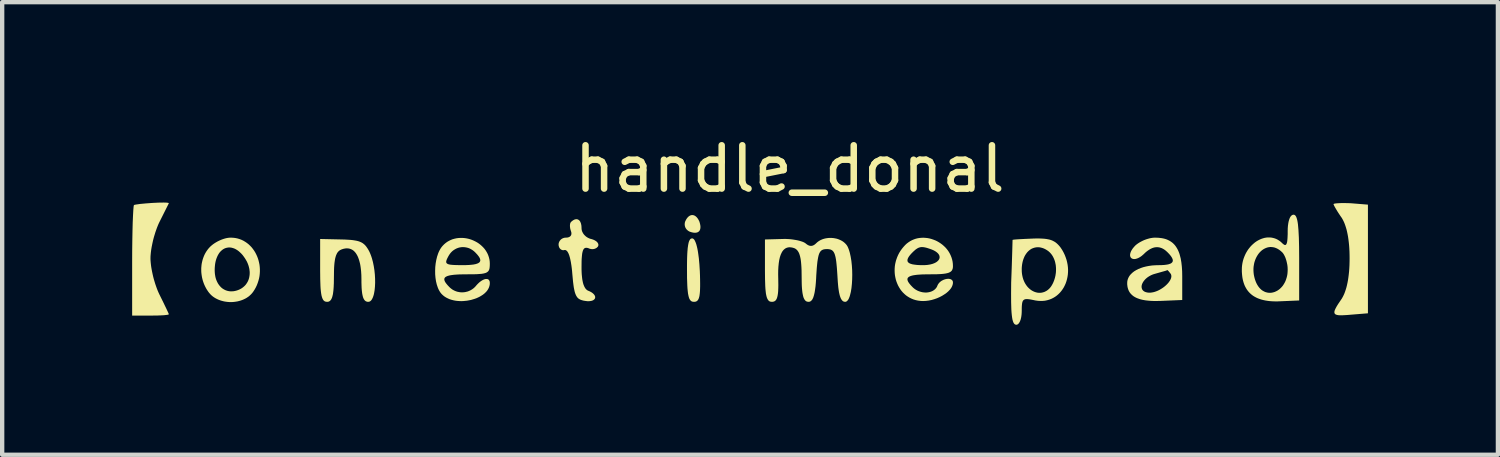
<source format=kicad_pcb>
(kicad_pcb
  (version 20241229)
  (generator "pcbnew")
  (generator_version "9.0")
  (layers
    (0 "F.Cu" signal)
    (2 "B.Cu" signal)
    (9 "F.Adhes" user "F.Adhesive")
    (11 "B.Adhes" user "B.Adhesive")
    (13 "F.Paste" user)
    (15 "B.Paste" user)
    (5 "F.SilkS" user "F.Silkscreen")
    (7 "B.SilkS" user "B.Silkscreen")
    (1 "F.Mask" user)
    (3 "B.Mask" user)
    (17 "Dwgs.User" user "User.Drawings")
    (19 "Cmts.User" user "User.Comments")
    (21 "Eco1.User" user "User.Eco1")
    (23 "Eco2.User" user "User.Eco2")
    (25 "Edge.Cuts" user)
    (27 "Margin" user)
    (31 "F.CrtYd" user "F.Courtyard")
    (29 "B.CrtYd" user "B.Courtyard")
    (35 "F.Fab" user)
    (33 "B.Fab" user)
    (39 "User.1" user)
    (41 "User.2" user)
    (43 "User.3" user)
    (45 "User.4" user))
  (footprint "handle_donal"
    (layer "F.Cu")
    (at 15.178 3.818)
    (property "Reference" "handle_donal" (at 0 -2.97 0) (unlocked yes) (layer "F.SilkS") (effects (font (size 1 1) (thickness 0.15))))
    (attr smd)
    (fp_poly (pts (xy -14.402 -2.192) (xy -14.364 -2.189) (xy -14.34 -2.184) (xy -14.334 -2.181) (xy -14.331 -2.177) (xy -14.543 -1.754) (xy -14.565 -1.709) (xy -14.586 -1.66) (xy -14.606 -1.609) (xy -14.625 -1.556) (xy -14.644 -1.501) (xy -14.661 -1.445) (xy -14.678 -1.388) (xy -14.693 -1.33) (xy -14.706 -1.273) (xy -14.718 -1.216) (xy -14.729 -1.16) (xy -14.738 -1.105) (xy -14.745 -1.052) (xy -14.75 -1.001) (xy -14.754 -0.952) (xy -14.755 -0.907) (xy -14.754 -0.862) (xy -14.75 -0.813) (xy -14.745 -0.763) (xy -14.738 -0.709) (xy -14.729 -0.655) (xy -14.718 -0.598) (xy -14.706 -0.541) (xy -14.693 -0.484) (xy -14.678 -0.426) (xy -14.661 -0.369) (xy -14.644 -0.313) (xy -14.625 -0.258) (xy -14.606 -0.205) (xy -14.586 -0.154) (xy -14.565 -0.106) (xy -14.543 -0.06) (xy -14.461 0.106) (xy -14.394 0.245) (xy -14.368 0.3) (xy -14.348 0.343) (xy -14.336 0.371) (xy -14.332 0.38) (xy -14.331 0.384) (xy -14.332 0.386) (xy -14.334 0.388) (xy -14.34 0.391) (xy -14.351 0.395) (xy -14.365 0.398) (xy -14.404 0.403) (xy -14.456 0.408) (xy -14.518 0.411) (xy -14.59 0.414) (xy -14.67 0.415) (xy -14.755 0.416) (xy -15.178 0.416) (xy -15.178 -0.833) (xy -15.177 -1.086) (xy -15.174 -1.324) (xy -15.17 -1.542) (xy -15.165 -1.734) (xy -15.158 -1.895) (xy -15.151 -2.019) (xy -15.144 -2.101) (xy -15.14 -2.124) (xy -15.136 -2.135) (xy -15.12 -2.141) (xy -15.089 -2.147) (xy -14.992 -2.161) (xy -14.863 -2.173) (xy -14.718 -2.184) (xy -14.575 -2.191) (xy -14.451 -2.193)) (stroke (width 0) (type solid)) (fill yes) (layer "F.SilkS"))
    (fp_poly (pts (xy 12.871 -2.18) (xy 12.952 -2.177) (xy 13.344 -2.145) (xy 13.344 0.363) (xy 12.952 0.395) (xy 12.872 0.402) (xy 12.802 0.406) (xy 12.741 0.409) (xy 12.69 0.408) (xy 12.668 0.407) (xy 12.648 0.404) (xy 12.631 0.401) (xy 12.616 0.396) (xy 12.603 0.391) (xy 12.592 0.385) (xy 12.583 0.377) (xy 12.577 0.368) (xy 12.572 0.358) (xy 12.57 0.347) (xy 12.57 0.334) (xy 12.571 0.32) (xy 12.575 0.304) (xy 12.581 0.287) (xy 12.589 0.269) (xy 12.598 0.249) (xy 12.623 0.203) (xy 12.655 0.151) (xy 12.695 0.092) (xy 12.741 0.024) (xy 12.762 -0.013) (xy 12.782 -0.053) (xy 12.801 -0.095) (xy 12.818 -0.141) (xy 12.834 -0.189) (xy 12.849 -0.24) (xy 12.862 -0.294) (xy 12.874 -0.35) (xy 12.885 -0.41) (xy 12.894 -0.472) (xy 12.902 -0.537) (xy 12.909 -0.605) (xy 12.914 -0.676) (xy 12.918 -0.75) (xy 12.92 -0.827) (xy 12.921 -0.907) (xy 12.92 -0.987) (xy 12.918 -1.064) (xy 12.914 -1.138) (xy 12.909 -1.209) (xy 12.902 -1.277) (xy 12.894 -1.342) (xy 12.885 -1.405) (xy 12.874 -1.464) (xy 12.862 -1.521) (xy 12.849 -1.575) (xy 12.834 -1.625) (xy 12.818 -1.674) (xy 12.801 -1.719) (xy 12.782 -1.762) (xy 12.762 -1.801) (xy 12.741 -1.838) (xy 12.721 -1.866) (xy 12.702 -1.894) (xy 12.666 -1.948) (xy 12.634 -1.998) (xy 12.606 -2.045) (xy 12.583 -2.085) (xy 12.573 -2.103) (xy 12.565 -2.118) (xy 12.559 -2.132) (xy 12.554 -2.142) (xy 12.551 -2.151) (xy 12.551 -2.154) (xy 12.55 -2.156) (xy 12.551 -2.158) (xy 12.552 -2.16) (xy 12.558 -2.163) (xy 12.568 -2.167) (xy 12.582 -2.17) (xy 12.619 -2.175) (xy 12.668 -2.178) (xy 12.728 -2.181) (xy 12.796 -2.181)) (stroke (width 0) (type solid)) (fill yes) (layer "F.SilkS"))
    (fp_poly (pts (xy -2.244 -1.365) (xy -2.235 -1.362) (xy -2.221 -1.353) (xy -2.207 -1.339) (xy -2.194 -1.319) (xy -2.182 -1.294) (xy -2.169 -1.263) (xy -2.157 -1.228) (xy -2.146 -1.187) (xy -2.135 -1.141) (xy -2.125 -1.091) (xy -2.116 -1.036) (xy -2.099 -0.911) (xy -2.086 -0.769) (xy -2.076 -0.611) (xy -2.072 -0.507) (xy -2.07 -0.413) (xy -2.069 -0.329) (xy -2.069 -0.291) (xy -2.069 -0.254) (xy -2.07 -0.22) (xy -2.071 -0.188) (xy -2.072 -0.159) (xy -2.074 -0.131) (xy -2.076 -0.105) (xy -2.079 -0.081) (xy -2.082 -0.058) (xy -2.085 -0.038) (xy -2.089 -0.019) (xy -2.094 -0.002) (xy -2.098 0.013) (xy -2.104 0.027) (xy -2.11 0.04) (xy -2.116 0.051) (xy -2.123 0.061) (xy -2.131 0.069) (xy -2.135 0.073) (xy -2.139 0.077) (xy -2.143 0.08) (xy -2.148 0.083) (xy -2.157 0.088) (xy -2.167 0.092) (xy -2.178 0.095) (xy -2.189 0.097) (xy -2.201 0.098) (xy -2.213 0.098) (xy -2.236 0.096) (xy -2.257 0.091) (xy -2.275 0.081) (xy -2.292 0.066) (xy -2.307 0.045) (xy -2.32 0.02) (xy -2.331 -0.013) (xy -2.34 -0.051) (xy -2.349 -0.097) (xy -2.355 -0.15) (xy -2.361 -0.212) (xy -2.365 -0.281) (xy -2.371 -0.448) (xy -2.372 -0.653) (xy -2.372 -0.752) (xy -2.371 -0.843) (xy -2.369 -0.926) (xy -2.366 -1.001) (xy -2.362 -1.068) (xy -2.359 -1.099) (xy -2.357 -1.128) (xy -2.354 -1.155) (xy -2.35 -1.18) (xy -2.347 -1.204) (xy -2.343 -1.226) (xy -2.339 -1.246) (xy -2.335 -1.265) (xy -2.33 -1.282) (xy -2.325 -1.297) (xy -2.319 -1.311) (xy -2.313 -1.323) (xy -2.307 -1.333) (xy -2.301 -1.342) (xy -2.294 -1.35) (xy -2.287 -1.356) (xy -2.279 -1.36) (xy -2.271 -1.363) (xy -2.262 -1.365) (xy -2.254 -1.366)) (stroke (width 0) (type solid)) (fill yes) (layer "F.SilkS"))
    (fp_poly (pts (xy -2.239 -1.904) (xy -2.228 -1.902) (xy -2.216 -1.899) (xy -2.205 -1.895) (xy -2.194 -1.89) (xy -2.183 -1.883) (xy -2.172 -1.876) (xy -2.162 -1.867) (xy -2.151 -1.857) (xy -2.141 -1.846) (xy -2.131 -1.833) (xy -2.121 -1.82) (xy -2.112 -1.805) (xy -2.103 -1.789) (xy -2.095 -1.772) (xy -2.086 -1.754) (xy -2.08 -1.734) (xy -2.075 -1.716) (xy -2.07 -1.697) (xy -2.067 -1.68) (xy -2.064 -1.663) (xy -2.062 -1.647) (xy -2.062 -1.632) (xy -2.062 -1.618) (xy -2.063 -1.604) (xy -2.065 -1.591) (xy -2.068 -1.579) (xy -2.071 -1.568) (xy -2.076 -1.557) (xy -2.081 -1.547) (xy -2.087 -1.538) (xy -2.094 -1.53) (xy -2.102 -1.523) (xy -2.111 -1.517) (xy -2.12 -1.511) (xy -2.131 -1.506) (xy -2.141 -1.502) (xy -2.153 -1.5) (xy -2.166 -1.497) (xy -2.179 -1.496) (xy -2.193 -1.496) (xy -2.207 -1.497) (xy -2.222 -1.498) (xy -2.238 -1.501) (xy -2.255 -1.505) (xy -2.272 -1.509) (xy -2.29 -1.515) (xy -2.309 -1.521) (xy -2.318 -1.525) (xy -2.326 -1.53) (xy -2.334 -1.534) (xy -2.342 -1.539) (xy -2.349 -1.545) (xy -2.357 -1.55) (xy -2.363 -1.556) (xy -2.37 -1.562) (xy -2.376 -1.568) (xy -2.382 -1.575) (xy -2.387 -1.581) (xy -2.392 -1.588) (xy -2.397 -1.595) (xy -2.402 -1.603) (xy -2.406 -1.61) (xy -2.409 -1.618) (xy -2.413 -1.625) (xy -2.415 -1.633) (xy -2.418 -1.641) (xy -2.42 -1.649) (xy -2.422 -1.658) (xy -2.423 -1.666) (xy -2.424 -1.675) (xy -2.425 -1.683) (xy -2.425 -1.692) (xy -2.425 -1.701) (xy -2.424 -1.709) (xy -2.423 -1.718) (xy -2.422 -1.727) (xy -2.42 -1.736) (xy -2.417 -1.745) (xy -2.415 -1.754) (xy -2.406 -1.772) (xy -2.398 -1.789) (xy -2.389 -1.805) (xy -2.38 -1.82) (xy -2.37 -1.833) (xy -2.36 -1.846) (xy -2.35 -1.857) (xy -2.339 -1.867) (xy -2.329 -1.876) (xy -2.318 -1.883) (xy -2.307 -1.89) (xy -2.296 -1.895) (xy -2.285 -1.899) (xy -2.273 -1.902) (xy -2.262 -1.904) (xy -2.251 -1.905)) (stroke (width 0) (type solid)) (fill yes) (layer "F.SilkS"))
    (fp_poly (pts (xy -10.341 -1.341) (xy -10.266 -1.339) (xy -10.197 -1.335) (xy -10.136 -1.331) (xy -10.107 -1.328) (xy -10.08 -1.325) (xy -10.054 -1.321) (xy -10.03 -1.317) (xy -10.007 -1.313) (xy -9.985 -1.308) (xy -9.965 -1.303) (xy -9.945 -1.297) (xy -9.926 -1.29) (xy -9.909 -1.283) (xy -9.892 -1.275) (xy -9.876 -1.267) (xy -9.861 -1.258) (xy -9.847 -1.248) (xy -9.833 -1.237) (xy -9.82 -1.226) (xy -9.807 -1.214) (xy -9.795 -1.201) (xy -9.783 -1.187) (xy -9.772 -1.173) (xy -9.761 -1.157) (xy -9.75 -1.141) (xy -9.739 -1.124) (xy -9.728 -1.106) (xy -9.706 -1.066) (xy -9.689 -1.029) (xy -9.673 -0.99) (xy -9.658 -0.949) (xy -9.644 -0.906) (xy -9.62 -0.817) (xy -9.601 -0.723) (xy -9.586 -0.627) (xy -9.576 -0.53) (xy -9.571 -0.434) (xy -9.57 -0.341) (xy -9.574 -0.252) (xy -9.582 -0.17) (xy -9.595 -0.095) (xy -9.603 -0.061) (xy -9.613 -0.03) (xy -9.623 -0.002) (xy -9.635 0.023) (xy -9.647 0.045) (xy -9.661 0.064) (xy -9.676 0.079) (xy -9.692 0.089) (xy -9.709 0.096) (xy -9.728 0.098) (xy -9.749 0.097) (xy -9.768 0.092) (xy -9.786 0.084) (xy -9.802 0.072) (xy -9.816 0.057) (xy -9.829 0.037) (xy -9.841 0.014) (xy -9.851 -0.014) (xy -9.859 -0.047) (xy -9.867 -0.084) (xy -9.873 -0.127) (xy -9.878 -0.174) (xy -9.882 -0.227) (xy -9.884 -0.286) (xy -9.886 -0.35) (xy -9.886 -0.42) (xy -9.887 -0.471) (xy -9.888 -0.52) (xy -9.891 -0.567) (xy -9.894 -0.613) (xy -9.899 -0.656) (xy -9.904 -0.698) (xy -9.91 -0.738) (xy -9.917 -0.776) (xy -9.926 -0.813) (xy -9.935 -0.847) (xy -9.945 -0.88) (xy -9.956 -0.911) (xy -9.967 -0.939) (xy -9.98 -0.966) (xy -9.994 -0.991) (xy -10.008 -1.014) (xy -10.023 -1.035) (xy -10.04 -1.055) (xy -10.057 -1.072) (xy -10.074 -1.087) (xy -10.093 -1.1) (xy -10.113 -1.111) (xy -10.133 -1.12) (xy -10.154 -1.127) (xy -10.176 -1.132) (xy -10.199 -1.135) (xy -10.223 -1.136) (xy -10.247 -1.135) (xy -10.272 -1.131) (xy -10.298 -1.126) (xy -10.325 -1.118) (xy -10.352 -1.108) (xy -10.375 -1.097) (xy -10.396 -1.084) (xy -10.415 -1.067) (xy -10.432 -1.048) (xy -10.448 -1.025) (xy -10.461 -0.998) (xy -10.474 -0.968) (xy -10.484 -0.934) (xy -10.494 -0.895) (xy -10.501 -0.851) (xy -10.508 -0.802) (xy -10.513 -0.748) (xy -10.517 -0.688) (xy -10.519 -0.623) (xy -10.521 -0.473) (xy -10.522 -0.395) (xy -10.523 -0.324) (xy -10.525 -0.291) (xy -10.526 -0.259) (xy -10.528 -0.229) (xy -10.53 -0.201) (xy -10.532 -0.174) (xy -10.535 -0.148) (xy -10.538 -0.124) (xy -10.541 -0.102) (xy -10.544 -0.08) (xy -10.548 -0.061) (xy -10.553 -0.042) (xy -10.557 -0.025) (xy -10.562 -0.009) (xy -10.567 0.006) (xy -10.573 0.019) (xy -10.579 0.032) (xy -10.585 0.043) (xy -10.592 0.053) (xy -10.599 0.062) (xy -10.606 0.07) (xy -10.614 0.077) (xy -10.622 0.083) (xy -10.631 0.088) (xy -10.64 0.092) (xy -10.649 0.095) (xy -10.659 0.097) (xy -10.669 0.098) (xy -10.68 0.098) (xy -10.703 0.096) (xy -10.723 0.091) (xy -10.742 0.081) (xy -10.759 0.066) (xy -10.773 0.046) (xy -10.786 0.021) (xy -10.797 -0.01) (xy -10.807 -0.047) (xy -10.815 -0.091) (xy -10.822 -0.143) (xy -10.828 -0.201) (xy -10.832 -0.268) (xy -10.837 -0.426) (xy -10.839 -0.621) (xy -10.839 -1.352)) (stroke (width 0) (type solid)) (fill yes) (layer "F.SilkS"))
    (fp_poly (pts (xy -12.85 -1.381) (xy -12.799 -1.375) (xy -12.749 -1.365) (xy -12.702 -1.351) (xy -12.656 -1.334) (xy -12.612 -1.313) (xy -12.57 -1.288) (xy -12.53 -1.261) (xy -12.492 -1.231) (xy -12.457 -1.198) (xy -12.423 -1.163) (xy -12.393 -1.125) (xy -12.364 -1.085) (xy -12.338 -1.043) (xy -12.315 -0.999) (xy -12.294 -0.953) (xy -12.276 -0.906) (xy -12.261 -0.858) (xy -12.249 -0.808) (xy -12.239 -0.758) (xy -12.233 -0.706) (xy -12.23 -0.654) (xy -12.23 -0.601) (xy -12.233 -0.548) (xy -12.239 -0.495) (xy -12.249 -0.442) (xy -12.263 -0.39) (xy -12.28 -0.337) (xy -12.3 -0.285) (xy -12.324 -0.234) (xy -12.352 -0.184) (xy -12.384 -0.135) (xy -12.406 -0.106) (xy -12.43 -0.079) (xy -12.456 -0.054) (xy -12.483 -0.03) (xy -12.513 -0.009) (xy -12.543 0.011) (xy -12.575 0.028) (xy -12.609 0.044) (xy -12.643 0.058) (xy -12.678 0.07) (xy -12.714 0.08) (xy -12.751 0.089) (xy -12.789 0.095) (xy -12.826 0.1) (xy -12.864 0.103) (xy -12.903 0.104) (xy -12.941 0.103) (xy -12.979 0.1) (xy -13.017 0.095) (xy -13.054 0.089) (xy -13.091 0.08) (xy -13.127 0.07) (xy -13.162 0.058) (xy -13.197 0.044) (xy -13.23 0.028) (xy -13.262 0.011) (xy -13.293 -0.009) (xy -13.322 -0.03) (xy -13.35 -0.054) (xy -13.375 -0.079) (xy -13.399 -0.106) (xy -13.421 -0.135) (xy -13.442 -0.166) (xy -13.462 -0.197) (xy -13.48 -0.23) (xy -13.497 -0.263) (xy -13.512 -0.296) (xy -13.526 -0.33) (xy -13.538 -0.365) (xy -13.549 -0.399) (xy -13.558 -0.434) (xy -13.566 -0.469) (xy -13.572 -0.505) (xy -13.577 -0.54) (xy -13.581 -0.575) (xy -13.583 -0.611) (xy -13.583 -0.632) (xy -13.273 -0.632) (xy -13.272 -0.6) (xy -13.27 -0.568) (xy -13.267 -0.538) (xy -13.262 -0.508) (xy -13.257 -0.479) (xy -13.25 -0.451) (xy -13.242 -0.424) (xy -13.232 -0.398) (xy -13.222 -0.374) (xy -13.21 -0.35) (xy -13.198 -0.327) (xy -13.184 -0.306) (xy -13.17 -0.286) (xy -13.154 -0.267) (xy -13.138 -0.249) (xy -13.121 -0.232) (xy -13.103 -0.217) (xy -13.084 -0.203) (xy -13.064 -0.191) (xy -13.044 -0.18) (xy -13.023 -0.17) (xy -13.001 -0.162) (xy -12.979 -0.155) (xy -12.956 -0.15) (xy -12.933 -0.146) (xy -12.908 -0.144) (xy -12.884 -0.144) (xy -12.859 -0.145) (xy -12.833 -0.147) (xy -12.807 -0.152) (xy -12.781 -0.158) (xy -12.754 -0.166) (xy -12.727 -0.176) (xy -12.701 -0.187) (xy -12.677 -0.199) (xy -12.653 -0.213) (xy -12.631 -0.228) (xy -12.611 -0.244) (xy -12.591 -0.261) (xy -12.573 -0.279) (xy -12.556 -0.298) (xy -12.541 -0.319) (xy -12.527 -0.34) (xy -12.514 -0.362) (xy -12.503 -0.384) (xy -12.493 -0.408) (xy -12.485 -0.432) (xy -12.478 -0.457) (xy -12.473 -0.483) (xy -12.469 -0.509) (xy -12.466 -0.536) (xy -12.465 -0.563) (xy -12.465 -0.591) (xy -12.468 -0.619) (xy -12.471 -0.647) (xy -12.476 -0.675) (xy -12.483 -0.704) (xy -12.491 -0.733) (xy -12.501 -0.762) (xy -12.512 -0.791) (xy -12.525 -0.82) (xy -12.54 -0.849) (xy -12.557 -0.878) (xy -12.575 -0.907) (xy -12.602 -0.946) (xy -12.629 -0.982) (xy -12.658 -1.014) (xy -12.687 -1.042) (xy -12.716 -1.068) (xy -12.745 -1.09) (xy -12.775 -1.109) (xy -12.804 -1.125) (xy -12.834 -1.137) (xy -12.863 -1.146) (xy -12.892 -1.153) (xy -12.921 -1.156) (xy -12.95 -1.156) (xy -12.977 -1.153) (xy -13.005 -1.147) (xy -13.031 -1.139) (xy -13.057 -1.127) (xy -13.081 -1.113) (xy -13.105 -1.095) (xy -13.127 -1.075) (xy -13.149 -1.053) (xy -13.169 -1.027) (xy -13.187 -0.999) (xy -13.204 -0.968) (xy -13.219 -0.935) (xy -13.233 -0.899) (xy -13.245 -0.861) (xy -13.255 -0.82) (xy -13.263 -0.776) (xy -13.268 -0.731) (xy -13.272 -0.682) (xy -13.273 -0.632) (xy -13.583 -0.632) (xy -13.583 -0.646) (xy -13.583 -0.681) (xy -13.58 -0.716) (xy -13.577 -0.75) (xy -13.572 -0.785) (xy -13.565 -0.818) (xy -13.557 -0.852) (xy -13.548 -0.885) (xy -13.537 -0.917) (xy -13.525 -0.949) (xy -13.512 -0.98) (xy -13.497 -1.01) (xy -13.481 -1.039) (xy -13.463 -1.068) (xy -13.444 -1.095) (xy -13.424 -1.122) (xy -13.402 -1.147) (xy -13.379 -1.172) (xy -13.356 -1.193) (xy -13.331 -1.214) (xy -13.304 -1.235) (xy -13.276 -1.254) (xy -13.247 -1.272) (xy -13.216 -1.29) (xy -13.185 -1.306) (xy -13.153 -1.321) (xy -13.12 -1.335) (xy -13.088 -1.347) (xy -13.055 -1.358) (xy -13.023 -1.367) (xy -12.992 -1.374) (xy -12.961 -1.379) (xy -12.931 -1.382) (xy -12.903 -1.383)) (stroke (width 0) (type solid)) (fill yes) (layer "F.SilkS"))
    (fp_poly (pts (xy 11.647 -1.909) (xy 11.662 -1.9) (xy 11.677 -1.883) (xy 11.69 -1.86) (xy 11.701 -1.829) (xy 11.712 -1.79) (xy 11.721 -1.744) (xy 11.729 -1.689) (xy 11.741 -1.553) (xy 11.75 -1.381) (xy 11.755 -1.17) (xy 11.757 -0.918) (xy 11.757 0.067) (xy 11.259 0.088) (xy 11.207 0.088) (xy 11.157 0.087) (xy 11.109 0.084) (xy 11.063 0.08) (xy 11.018 0.074) (xy 10.975 0.067) (xy 10.933 0.058) (xy 10.893 0.048) (xy 10.855 0.036) (xy 10.819 0.023) (xy 10.784 0.009) (xy 10.751 -0.008) (xy 10.72 -0.025) (xy 10.69 -0.044) (xy 10.662 -0.065) (xy 10.636 -0.087) (xy 10.611 -0.111) (xy 10.588 -0.136) (xy 10.567 -0.162) (xy 10.547 -0.19) (xy 10.529 -0.22) (xy 10.512 -0.251) (xy 10.497 -0.283) (xy 10.484 -0.317) (xy 10.472 -0.353) (xy 10.462 -0.39) (xy 10.453 -0.428) (xy 10.446 -0.468) (xy 10.441 -0.509) (xy 10.437 -0.552) (xy 10.434 -0.597) (xy 10.434 -0.621) (xy 10.702 -0.621) (xy 10.705 -0.573) (xy 10.711 -0.525) (xy 10.721 -0.477) (xy 10.734 -0.427) (xy 10.751 -0.378) (xy 10.769 -0.335) (xy 10.789 -0.297) (xy 10.811 -0.262) (xy 10.835 -0.23) (xy 10.86 -0.203) (xy 10.886 -0.179) (xy 10.914 -0.159) (xy 10.943 -0.143) (xy 10.972 -0.129) (xy 11.003 -0.12) (xy 11.033 -0.113) (xy 11.065 -0.11) (xy 11.096 -0.11) (xy 11.127 -0.113) (xy 11.158 -0.12) (xy 11.189 -0.129) (xy 11.219 -0.142) (xy 11.249 -0.157) (xy 11.277 -0.175) (xy 11.305 -0.196) (xy 11.331 -0.22) (xy 11.356 -0.246) (xy 11.38 -0.275) (xy 11.401 -0.307) (xy 11.421 -0.341) (xy 11.439 -0.377) (xy 11.454 -0.416) (xy 11.467 -0.457) (xy 11.478 -0.5) (xy 11.486 -0.545) (xy 11.49 -0.593) (xy 11.492 -0.643) (xy 11.491 -0.671) (xy 11.49 -0.699) (xy 11.487 -0.728) (xy 11.483 -0.758) (xy 11.477 -0.787) (xy 11.471 -0.815) (xy 11.464 -0.844) (xy 11.456 -0.871) (xy 11.447 -0.898) (xy 11.438 -0.924) (xy 11.427 -0.948) (xy 11.416 -0.971) (xy 11.404 -0.993) (xy 11.392 -1.012) (xy 11.379 -1.03) (xy 11.365 -1.045) (xy 11.331 -1.076) (xy 11.297 -1.102) (xy 11.262 -1.124) (xy 11.227 -1.141) (xy 11.192 -1.154) (xy 11.157 -1.162) (xy 11.123 -1.166) (xy 11.089 -1.167) (xy 11.055 -1.163) (xy 11.023 -1.156) (xy 10.991 -1.145) (xy 10.96 -1.131) (xy 10.93 -1.114) (xy 10.901 -1.094) (xy 10.874 -1.071) (xy 10.848 -1.045) (xy 10.823 -1.016) (xy 10.801 -0.985) (xy 10.781 -0.952) (xy 10.762 -0.916) (xy 10.746 -0.879) (xy 10.732 -0.84) (xy 10.72 -0.799) (xy 10.712 -0.756) (xy 10.705 -0.712) (xy 10.702 -0.667) (xy 10.702 -0.621) (xy 10.434 -0.621) (xy 10.434 -0.643) (xy 10.435 -0.696) (xy 10.44 -0.747) (xy 10.448 -0.798) (xy 10.459 -0.847) (xy 10.473 -0.895) (xy 10.49 -0.941) (xy 10.509 -0.986) (xy 10.53 -1.029) (xy 10.554 -1.07) (xy 10.579 -1.109) (xy 10.607 -1.145) (xy 10.636 -1.18) (xy 10.667 -1.212) (xy 10.7 -1.242) (xy 10.733 -1.27) (xy 10.768 -1.295) (xy 10.804 -1.317) (xy 10.841 -1.336) (xy 10.879 -1.353) (xy 10.917 -1.366) (xy 10.955 -1.377) (xy 10.994 -1.384) (xy 11.033 -1.388) (xy 11.072 -1.388) (xy 11.111 -1.385) (xy 11.149 -1.378) (xy 11.187 -1.368) (xy 11.225 -1.354) (xy 11.261 -1.336) (xy 11.297 -1.313) (xy 11.332 -1.287) (xy 11.365 -1.256) (xy 11.382 -1.24) (xy 11.398 -1.228) (xy 11.412 -1.219) (xy 11.419 -1.216) (xy 11.425 -1.214) (xy 11.431 -1.214) (xy 11.437 -1.214) (xy 11.442 -1.215) (xy 11.447 -1.217) (xy 11.452 -1.221) (xy 11.456 -1.225) (xy 11.46 -1.231) (xy 11.464 -1.238) (xy 11.471 -1.255) (xy 11.477 -1.277) (xy 11.482 -1.304) (xy 11.485 -1.337) (xy 11.488 -1.374) (xy 11.49 -1.418) (xy 11.492 -1.466) (xy 11.492 -1.521) (xy 11.492 -1.544) (xy 11.493 -1.566) (xy 11.493 -1.587) (xy 11.494 -1.608) (xy 11.496 -1.628) (xy 11.497 -1.648) (xy 11.499 -1.667) (xy 11.502 -1.685) (xy 11.504 -1.703) (xy 11.507 -1.72) (xy 11.51 -1.736) (xy 11.513 -1.752) (xy 11.517 -1.767) (xy 11.521 -1.781) (xy 11.525 -1.795) (xy 11.529 -1.808) (xy 11.534 -1.82) (xy 11.538 -1.832) (xy 11.543 -1.843) (xy 11.549 -1.853) (xy 11.554 -1.862) (xy 11.56 -1.871) (xy 11.566 -1.879) (xy 11.572 -1.886) (xy 11.579 -1.892) (xy 11.585 -1.897) (xy 11.592 -1.902) (xy 11.599 -1.906) (xy 11.607 -1.909) (xy 11.614 -1.911) (xy 11.622 -1.912) (xy 11.63 -1.913)) (stroke (width 0) (type solid)) (fill yes) (layer "F.SilkS"))
    (fp_poly (pts (xy 5.749 -1.364) (xy 5.806 -1.362) (xy 5.859 -1.359) (xy 5.883 -1.357) (xy 5.907 -1.354) (xy 5.929 -1.351) (xy 5.95 -1.347) (xy 5.971 -1.343) (xy 5.99 -1.339) (xy 6.009 -1.334) (xy 6.027 -1.328) (xy 6.044 -1.322) (xy 6.061 -1.315) (xy 6.077 -1.307) (xy 6.092 -1.299) (xy 6.107 -1.291) (xy 6.122 -1.282) (xy 6.136 -1.272) (xy 6.15 -1.261) (xy 6.163 -1.25) (xy 6.176 -1.238) (xy 6.189 -1.225) (xy 6.202 -1.212) (xy 6.215 -1.198) (xy 6.228 -1.183) (xy 6.253 -1.151) (xy 6.289 -1.096) (xy 6.32 -1.04) (xy 6.347 -0.983) (xy 6.369 -0.926) (xy 6.388 -0.869) (xy 6.402 -0.812) (xy 6.413 -0.755) (xy 6.42 -0.698) (xy 6.423 -0.642) (xy 6.422 -0.587) (xy 6.418 -0.532) (xy 6.41 -0.479) (xy 6.399 -0.427) (xy 6.385 -0.376) (xy 6.368 -0.327) (xy 6.347 -0.28) (xy 6.324 -0.235) (xy 6.297 -0.192) (xy 6.268 -0.152) (xy 6.236 -0.114) (xy 6.201 -0.079) (xy 6.164 -0.047) (xy 6.124 -0.018) (xy 6.082 0.007) (xy 6.038 0.029) (xy 5.991 0.047) (xy 5.943 0.061) (xy 5.892 0.072) (xy 5.839 0.077) (xy 5.785 0.078) (xy 5.729 0.075) (xy 5.671 0.067) (xy 5.619 0.056) (xy 5.572 0.047) (xy 5.532 0.04) (xy 5.496 0.036) (xy 5.481 0.035) (xy 5.466 0.035) (xy 5.453 0.036) (xy 5.44 0.037) (xy 5.429 0.04) (xy 5.419 0.043) (xy 5.41 0.048) (xy 5.401 0.053) (xy 5.394 0.06) (xy 5.387 0.067) (xy 5.381 0.076) (xy 5.376 0.086) (xy 5.371 0.097) (xy 5.368 0.109) (xy 5.364 0.123) (xy 5.362 0.138) (xy 5.358 0.172) (xy 5.355 0.212) (xy 5.354 0.258) (xy 5.354 0.31) (xy 5.353 0.327) (xy 5.353 0.343) (xy 5.352 0.359) (xy 5.351 0.375) (xy 5.35 0.391) (xy 5.348 0.406) (xy 5.346 0.421) (xy 5.344 0.435) (xy 5.342 0.45) (xy 5.339 0.463) (xy 5.336 0.477) (xy 5.333 0.489) (xy 5.33 0.502) (xy 5.326 0.514) (xy 5.322 0.525) (xy 5.318 0.536) (xy 5.314 0.547) (xy 5.309 0.556) (xy 5.304 0.566) (xy 5.299 0.574) (xy 5.294 0.583) (xy 5.289 0.59) (xy 5.283 0.597) (xy 5.278 0.603) (xy 5.272 0.609) (xy 5.266 0.614) (xy 5.26 0.618) (xy 5.253 0.621) (xy 5.247 0.624) (xy 5.24 0.626) (xy 5.233 0.627) (xy 5.227 0.627) (xy 5.208 0.624) (xy 5.191 0.615) (xy 5.176 0.599) (xy 5.162 0.576) (xy 5.151 0.547) (xy 5.14 0.509) (xy 5.132 0.464) (xy 5.125 0.41) (xy 5.119 0.349) (xy 5.114 0.278) (xy 5.109 0.11) (xy 5.108 -0.098) (xy 5.11 -0.346) (xy 5.121 -0.643) (xy 5.354 -0.643) (xy 5.355 -0.593) (xy 5.36 -0.545) (xy 5.368 -0.5) (xy 5.378 -0.457) (xy 5.391 -0.416) (xy 5.407 -0.377) (xy 5.424 -0.341) (xy 5.444 -0.307) (xy 5.466 -0.275) (xy 5.489 -0.246) (xy 5.514 -0.22) (xy 5.541 -0.196) (xy 5.568 -0.175) (xy 5.597 -0.157) (xy 5.626 -0.142) (xy 5.657 -0.129) (xy 5.687 -0.12) (xy 5.718 -0.113) (xy 5.75 -0.11) (xy 5.781 -0.11) (xy 5.812 -0.113) (xy 5.843 -0.12) (xy 5.873 -0.129) (xy 5.903 -0.143) (xy 5.932 -0.159) (xy 5.959 -0.179) (xy 5.986 -0.203) (xy 6.011 -0.23) (xy 6.035 -0.262) (xy 6.056 -0.297) (xy 6.076 -0.335) (xy 6.094 -0.378) (xy 6.104 -0.404) (xy 6.112 -0.43) (xy 6.12 -0.456) (xy 6.126 -0.482) (xy 6.132 -0.508) (xy 6.136 -0.535) (xy 6.14 -0.561) (xy 6.143 -0.587) (xy 6.144 -0.613) (xy 6.145 -0.639) (xy 6.145 -0.664) (xy 6.144 -0.69) (xy 6.142 -0.715) (xy 6.14 -0.74) (xy 6.136 -0.764) (xy 6.131 -0.788) (xy 6.126 -0.812) (xy 6.12 -0.835) (xy 6.113 -0.857) (xy 6.105 -0.879) (xy 6.096 -0.901) (xy 6.086 -0.922) (xy 6.076 -0.942) (xy 6.065 -0.961) (xy 6.053 -0.98) (xy 6.04 -0.998) (xy 6.026 -1.015) (xy 6.012 -1.031) (xy 5.996 -1.047) (xy 5.98 -1.061) (xy 5.964 -1.075) (xy 5.946 -1.087) (xy 5.918 -1.105) (xy 5.891 -1.12) (xy 5.863 -1.133) (xy 5.836 -1.143) (xy 5.808 -1.151) (xy 5.782 -1.157) (xy 5.755 -1.161) (xy 5.729 -1.162) (xy 5.703 -1.161) (xy 5.678 -1.158) (xy 5.653 -1.153) (xy 5.629 -1.146) (xy 5.605 -1.137) (xy 5.582 -1.127) (xy 5.56 -1.114) (xy 5.539 -1.099) (xy 5.518 -1.082) (xy 5.499 -1.064) (xy 5.48 -1.044) (xy 5.463 -1.022) (xy 5.447 -0.999) (xy 5.431 -0.974) (xy 5.417 -0.947) (xy 5.405 -0.919) (xy 5.393 -0.889) (xy 5.383 -0.858) (xy 5.374 -0.825) (xy 5.367 -0.791) (xy 5.361 -0.756) (xy 5.357 -0.72) (xy 5.354 -0.682) (xy 5.354 -0.643) (xy 5.121 -0.643) (xy 5.124 -0.728) (xy 5.134 -1.041) (xy 5.142 -1.33) (xy 5.144 -1.332) (xy 5.152 -1.334) (xy 5.179 -1.338) (xy 5.223 -1.342) (xy 5.281 -1.346) (xy 5.432 -1.354) (xy 5.618 -1.362) (xy 5.687 -1.364)) (stroke (width 0) (type solid)) (fill yes) (layer "F.SilkS"))
    (fp_poly (pts (xy 8.514 -1.38) (xy 8.588 -1.371) (xy 8.623 -1.364) (xy 8.656 -1.356) (xy 8.688 -1.346) (xy 8.718 -1.334) (xy 8.747 -1.32) (xy 8.775 -1.305) (xy 8.801 -1.288) (xy 8.826 -1.27) (xy 8.85 -1.249) (xy 8.872 -1.227) (xy 8.893 -1.203) (xy 8.912 -1.177) (xy 8.93 -1.149) (xy 8.947 -1.12) (xy 8.963 -1.088) (xy 8.977 -1.055) (xy 8.991 -1.019) (xy 9.002 -0.982) (xy 9.023 -0.901) (xy 9.038 -0.812) (xy 9.049 -0.715) (xy 9.056 -0.609) (xy 9.058 -0.494) (xy 9.058 0.056) (xy 8.56 0.077) (xy 8.464 0.079) (xy 8.419 0.079) (xy 8.375 0.078) (xy 8.333 0.076) (xy 8.293 0.073) (xy 8.254 0.069) (xy 8.216 0.065) (xy 8.181 0.059) (xy 8.147 0.053) (xy 8.114 0.045) (xy 8.083 0.037) (xy 8.054 0.027) (xy 8.026 0.017) (xy 8 0.006) (xy 7.976 -0.006) (xy 7.953 -0.019) (xy 7.931 -0.033) (xy 7.911 -0.049) (xy 7.893 -0.065) (xy 7.876 -0.082) (xy 7.86 -0.1) (xy 7.846 -0.119) (xy 7.834 -0.139) (xy 7.823 -0.16) (xy 7.814 -0.182) (xy 7.806 -0.205) (xy 7.799 -0.229) (xy 7.797 -0.242) (xy 8.12 -0.242) (xy 8.122 -0.226) (xy 8.126 -0.21) (xy 8.131 -0.195) (xy 8.139 -0.181) (xy 8.149 -0.168) (xy 8.161 -0.156) (xy 8.175 -0.145) (xy 8.191 -0.136) (xy 8.21 -0.128) (xy 8.23 -0.122) (xy 8.253 -0.117) (xy 8.279 -0.114) (xy 8.306 -0.113) (xy 8.329 -0.114) (xy 8.353 -0.117) (xy 8.377 -0.121) (xy 8.401 -0.126) (xy 8.425 -0.133) (xy 8.449 -0.141) (xy 8.473 -0.15) (xy 8.497 -0.16) (xy 8.521 -0.172) (xy 8.544 -0.184) (xy 8.567 -0.198) (xy 8.59 -0.212) (xy 8.612 -0.227) (xy 8.633 -0.242) (xy 8.653 -0.258) (xy 8.673 -0.275) (xy 8.691 -0.292) (xy 8.709 -0.309) (xy 8.725 -0.327) (xy 8.741 -0.345) (xy 8.754 -0.363) (xy 8.767 -0.381) (xy 8.778 -0.399) (xy 8.787 -0.417) (xy 8.795 -0.435) (xy 8.801 -0.452) (xy 8.805 -0.469) (xy 8.807 -0.486) (xy 8.807 -0.502) (xy 8.804 -0.518) (xy 8.8 -0.533) (xy 8.793 -0.547) (xy 8.764 -0.584) (xy 8.757 -0.593) (xy 8.751 -0.6) (xy 8.745 -0.607) (xy 8.739 -0.613) (xy 8.734 -0.619) (xy 8.729 -0.624) (xy 8.727 -0.626) (xy 8.724 -0.628) (xy 8.722 -0.629) (xy 8.72 -0.631) (xy 8.718 -0.632) (xy 8.717 -0.633) (xy 8.715 -0.633) (xy 8.713 -0.634) (xy 8.712 -0.634) (xy 8.711 -0.633) (xy 8.71 -0.633) (xy 8.709 -0.632) (xy 8.705 -0.63) (xy 8.699 -0.627) (xy 8.68 -0.62) (xy 8.653 -0.612) (xy 8.617 -0.602) (xy 8.423 -0.547) (xy 8.393 -0.538) (xy 8.364 -0.527) (xy 8.337 -0.515) (xy 8.311 -0.501) (xy 8.287 -0.487) (xy 8.264 -0.472) (xy 8.243 -0.456) (xy 8.223 -0.439) (xy 8.205 -0.422) (xy 8.189 -0.404) (xy 8.174 -0.386) (xy 8.161 -0.368) (xy 8.15 -0.35) (xy 8.14 -0.331) (xy 8.132 -0.313) (xy 8.126 -0.295) (xy 8.122 -0.277) (xy 8.12 -0.259) (xy 8.12 -0.242) (xy 7.797 -0.242) (xy 7.794 -0.254) (xy 7.791 -0.28) (xy 7.788 -0.307) (xy 7.788 -0.336) (xy 7.789 -0.358) (xy 7.791 -0.38) (xy 7.796 -0.402) (xy 7.802 -0.423) (xy 7.81 -0.444) (xy 7.819 -0.464) (xy 7.83 -0.484) (xy 7.842 -0.503) (xy 7.856 -0.521) (xy 7.872 -0.539) (xy 7.907 -0.573) (xy 7.948 -0.605) (xy 7.994 -0.633) (xy 8.045 -0.659) (xy 8.101 -0.682) (xy 8.161 -0.702) (xy 8.225 -0.718) (xy 8.293 -0.731) (xy 8.365 -0.741) (xy 8.44 -0.746) (xy 8.518 -0.748) (xy 8.58 -0.749) (xy 8.609 -0.751) (xy 8.636 -0.752) (xy 8.661 -0.755) (xy 8.684 -0.758) (xy 8.706 -0.761) (xy 8.727 -0.765) (xy 8.745 -0.769) (xy 8.762 -0.775) (xy 8.777 -0.78) (xy 8.791 -0.786) (xy 8.803 -0.793) (xy 8.813 -0.801) (xy 8.822 -0.809) (xy 8.829 -0.817) (xy 8.834 -0.826) (xy 8.838 -0.836) (xy 8.84 -0.847) (xy 8.841 -0.858) (xy 8.839 -0.87) (xy 8.837 -0.882) (xy 8.832 -0.895) (xy 8.826 -0.909) (xy 8.818 -0.924) (xy 8.809 -0.939) (xy 8.798 -0.955) (xy 8.786 -0.971) (xy 8.771 -0.989) (xy 8.756 -1.007) (xy 8.738 -1.025) (xy 8.719 -1.045) (xy 8.703 -1.06) (xy 8.687 -1.074) (xy 8.671 -1.088) (xy 8.655 -1.1) (xy 8.639 -1.111) (xy 8.623 -1.121) (xy 8.606 -1.13) (xy 8.59 -1.138) (xy 8.573 -1.145) (xy 8.557 -1.15) (xy 8.54 -1.155) (xy 8.524 -1.159) (xy 8.507 -1.161) (xy 8.49 -1.163) (xy 8.473 -1.163) (xy 8.456 -1.162) (xy 8.439 -1.161) (xy 8.421 -1.158) (xy 8.404 -1.154) (xy 8.387 -1.149) (xy 8.369 -1.143) (xy 8.351 -1.135) (xy 8.334 -1.127) (xy 8.316 -1.118) (xy 8.298 -1.107) (xy 8.28 -1.095) (xy 8.262 -1.083) (xy 8.243 -1.069) (xy 8.225 -1.054) (xy 8.206 -1.038) (xy 8.169 -1.002) (xy 8.146 -0.982) (xy 8.124 -0.963) (xy 8.102 -0.947) (xy 8.08 -0.933) (xy 8.059 -0.921) (xy 8.039 -0.911) (xy 8.019 -0.903) (xy 8 -0.897) (xy 7.982 -0.892) (xy 7.965 -0.89) (xy 7.949 -0.889) (xy 7.933 -0.89) (xy 7.919 -0.893) (xy 7.906 -0.897) (xy 7.895 -0.903) (xy 7.884 -0.91) (xy 7.875 -0.918) (xy 7.868 -0.928) (xy 7.862 -0.94) (xy 7.858 -0.952) (xy 7.855 -0.966) (xy 7.854 -0.981) (xy 7.855 -0.997) (xy 7.858 -1.014) (xy 7.863 -1.032) (xy 7.869 -1.051) (xy 7.878 -1.071) (xy 7.889 -1.092) (xy 7.903 -1.114) (xy 7.918 -1.136) (xy 7.937 -1.159) (xy 7.957 -1.182) (xy 7.976 -1.202) (xy 7.998 -1.221) (xy 8.023 -1.24) (xy 8.049 -1.258) (xy 8.078 -1.276) (xy 8.108 -1.292) (xy 8.139 -1.308) (xy 8.171 -1.323) (xy 8.204 -1.336) (xy 8.238 -1.348) (xy 8.272 -1.358) (xy 8.305 -1.367) (xy 8.339 -1.374) (xy 8.371 -1.379) (xy 8.403 -1.382) (xy 8.433 -1.383)) (stroke (width 0) (type solid)) (fill yes) (layer "F.SilkS"))
    (fp_poly (pts (xy -7.56 -1.377) (xy -7.515 -1.374) (xy -7.47 -1.368) (xy -7.425 -1.359) (xy -7.381 -1.347) (xy -7.337 -1.332) (xy -7.295 -1.314) (xy -7.254 -1.294) (xy -7.214 -1.272) (xy -7.176 -1.247) (xy -7.14 -1.219) (xy -7.106 -1.189) (xy -7.074 -1.157) (xy -7.044 -1.123) (xy -7.018 -1.087) (xy -6.994 -1.048) (xy -6.973 -1.008) (xy -6.956 -0.966) (xy -6.942 -0.922) (xy -6.931 -0.876) (xy -6.925 -0.829) (xy -6.923 -0.78) (xy -6.924 -0.741) (xy -6.926 -0.706) (xy -6.93 -0.675) (xy -6.937 -0.648) (xy -6.942 -0.636) (xy -6.948 -0.625) (xy -6.954 -0.615) (xy -6.962 -0.605) (xy -6.971 -0.597) (xy -6.981 -0.589) (xy -6.992 -0.582) (xy -7.005 -0.575) (xy -7.019 -0.569) (xy -7.035 -0.564) (xy -7.071 -0.555) (xy -7.114 -0.548) (xy -7.164 -0.544) (xy -7.223 -0.54) (xy -7.29 -0.538) (xy -7.452 -0.537) (xy -7.548 -0.536) (xy -7.634 -0.534) (xy -7.673 -0.532) (xy -7.71 -0.529) (xy -7.744 -0.527) (xy -7.776 -0.523) (xy -7.805 -0.519) (xy -7.832 -0.515) (xy -7.856 -0.51) (xy -7.878 -0.504) (xy -7.898 -0.498) (xy -7.915 -0.491) (xy -7.93 -0.484) (xy -7.943 -0.476) (xy -7.954 -0.467) (xy -7.962 -0.458) (xy -7.968 -0.447) (xy -7.972 -0.436) (xy -7.973 -0.425) (xy -7.973 -0.412) (xy -7.97 -0.399) (xy -7.966 -0.385) (xy -7.959 -0.37) (xy -7.95 -0.354) (xy -7.939 -0.338) (xy -7.926 -0.32) (xy -7.911 -0.302) (xy -7.894 -0.282) (xy -7.875 -0.262) (xy -7.854 -0.24) (xy -7.838 -0.225) (xy -7.821 -0.211) (xy -7.804 -0.198) (xy -7.786 -0.185) (xy -7.767 -0.174) (xy -7.748 -0.164) (xy -7.729 -0.155) (xy -7.709 -0.147) (xy -7.689 -0.14) (xy -7.669 -0.134) (xy -7.648 -0.13) (xy -7.628 -0.126) (xy -7.607 -0.123) (xy -7.586 -0.121) (xy -7.565 -0.121) (xy -7.544 -0.121) (xy -7.522 -0.123) (xy -7.501 -0.125) (xy -7.481 -0.129) (xy -7.46 -0.134) (xy -7.439 -0.139) (xy -7.419 -0.146) (xy -7.399 -0.154) (xy -7.38 -0.163) (xy -7.36 -0.173) (xy -7.342 -0.184) (xy -7.323 -0.196) (xy -7.306 -0.209) (xy -7.288 -0.223) (xy -7.272 -0.239) (xy -7.256 -0.255) (xy -7.241 -0.272) (xy -7.227 -0.289) (xy -7.213 -0.304) (xy -7.198 -0.319) (xy -7.184 -0.333) (xy -7.17 -0.346) (xy -7.156 -0.358) (xy -7.142 -0.369) (xy -7.128 -0.379) (xy -7.115 -0.388) (xy -7.101 -0.396) (xy -7.088 -0.404) (xy -7.075 -0.41) (xy -7.062 -0.416) (xy -7.05 -0.421) (xy -7.038 -0.424) (xy -7.026 -0.427) (xy -7.015 -0.429) (xy -7.004 -0.429) (xy -6.994 -0.429) (xy -6.984 -0.428) (xy -6.975 -0.426) (xy -6.967 -0.423) (xy -6.959 -0.419) (xy -6.952 -0.414) (xy -6.945 -0.407) (xy -6.94 -0.4) (xy -6.935 -0.392) (xy -6.931 -0.383) (xy -6.927 -0.373) (xy -6.925 -0.361) (xy -6.924 -0.349) (xy -6.923 -0.336) (xy -6.925 -0.301) (xy -6.932 -0.267) (xy -6.943 -0.234) (xy -6.958 -0.202) (xy -6.976 -0.172) (xy -6.998 -0.143) (xy -7.024 -0.116) (xy -7.052 -0.09) (xy -7.083 -0.066) (xy -7.117 -0.044) (xy -7.152 -0.023) (xy -7.19 -0.004) (xy -7.23 0.014) (xy -7.272 0.029) (xy -7.358 0.055) (xy -7.449 0.072) (xy -7.541 0.081) (xy -7.587 0.082) (xy -7.632 0.08) (xy -7.678 0.077) (xy -7.722 0.071) (xy -7.766 0.062) (xy -7.808 0.051) (xy -7.849 0.038) (xy -7.888 0.021) (xy -7.926 0.002) (xy -7.961 -0.019) (xy -7.994 -0.044) (xy -8.024 -0.071) (xy -8.044 -0.092) (xy -8.063 -0.116) (xy -8.08 -0.142) (xy -8.096 -0.17) (xy -8.111 -0.2) (xy -8.124 -0.232) (xy -8.147 -0.301) (xy -8.165 -0.376) (xy -8.177 -0.455) (xy -8.184 -0.537) (xy -8.185 -0.62) (xy -8.182 -0.704) (xy -8.173 -0.787) (xy -8.166 -0.827) (xy -7.93 -0.827) (xy -7.929 -0.818) (xy -7.928 -0.809) (xy -7.925 -0.802) (xy -7.92 -0.795) (xy -7.915 -0.789) (xy -7.907 -0.783) (xy -7.899 -0.778) (xy -7.888 -0.773) (xy -7.877 -0.769) (xy -7.863 -0.765) (xy -7.831 -0.759) (xy -7.792 -0.755) (xy -7.746 -0.752) (xy -7.692 -0.75) (xy -7.558 -0.748) (xy -7.481 -0.749) (xy -7.412 -0.752) (xy -7.38 -0.754) (xy -7.351 -0.757) (xy -7.323 -0.76) (xy -7.297 -0.763) (xy -7.274 -0.768) (xy -7.252 -0.772) (xy -7.233 -0.778) (xy -7.215 -0.784) (xy -7.199 -0.79) (xy -7.186 -0.797) (xy -7.174 -0.805) (xy -7.164 -0.813) (xy -7.156 -0.822) (xy -7.15 -0.832) (xy -7.146 -0.842) (xy -7.143 -0.853) (xy -7.143 -0.865) (xy -7.145 -0.878) (xy -7.148 -0.891) (xy -7.153 -0.905) (xy -7.16 -0.919) (xy -7.169 -0.935) (xy -7.18 -0.951) (xy -7.193 -0.968) (xy -7.207 -0.986) (xy -7.224 -1.005) (xy -7.242 -1.024) (xy -7.262 -1.045) (xy -7.28 -1.062) (xy -7.299 -1.078) (xy -7.318 -1.092) (xy -7.338 -1.105) (xy -7.358 -1.117) (xy -7.378 -1.128) (xy -7.399 -1.137) (xy -7.42 -1.145) (xy -7.441 -1.151) (xy -7.463 -1.156) (xy -7.485 -1.16) (xy -7.506 -1.163) (xy -7.528 -1.164) (xy -7.549 -1.165) (xy -7.571 -1.164) (xy -7.592 -1.161) (xy -7.614 -1.158) (xy -7.635 -1.153) (xy -7.655 -1.147) (xy -7.676 -1.139) (xy -7.696 -1.131) (xy -7.715 -1.121) (xy -7.734 -1.11) (xy -7.753 -1.098) (xy -7.771 -1.085) (xy -7.788 -1.071) (xy -7.805 -1.055) (xy -7.821 -1.038) (xy -7.836 -1.02) (xy -7.85 -1.001) (xy -7.863 -0.981) (xy -7.876 -0.96) (xy -7.894 -0.926) (xy -7.909 -0.896) (xy -7.92 -0.87) (xy -7.927 -0.847) (xy -7.929 -0.836) (xy -7.93 -0.827) (xy -8.166 -0.827) (xy -8.159 -0.867) (xy -8.14 -0.945) (xy -8.116 -1.017) (xy -8.102 -1.051) (xy -8.087 -1.083) (xy -8.07 -1.114) (xy -8.052 -1.143) (xy -8.033 -1.169) (xy -8.013 -1.193) (xy -7.979 -1.228) (xy -7.943 -1.259) (xy -7.906 -1.286) (xy -7.866 -1.309) (xy -7.825 -1.329) (xy -7.783 -1.346) (xy -7.74 -1.358) (xy -7.695 -1.368) (xy -7.651 -1.374) (xy -7.606 -1.377)) (stroke (width 0) (type solid)) (fill yes) (layer "F.SilkS"))
    (fp_poly (pts (xy 3.135 -1.378) (xy 3.181 -1.373) (xy 3.227 -1.364) (xy 3.271 -1.352) (xy 3.315 -1.337) (xy 3.359 -1.32) (xy 3.401 -1.3) (xy 3.441 -1.277) (xy 3.481 -1.251) (xy 3.518 -1.224) (xy 3.554 -1.193) (xy 3.588 -1.161) (xy 3.619 -1.126) (xy 3.648 -1.089) (xy 3.674 -1.05) (xy 3.697 -1.009) (xy 3.717 -0.966) (xy 3.734 -0.922) (xy 3.748 -0.875) (xy 3.758 -0.828) (xy 3.764 -0.778) (xy 3.766 -0.727) (xy 3.765 -0.699) (xy 3.761 -0.673) (xy 3.754 -0.651) (xy 3.744 -0.631) (xy 3.738 -0.621) (xy 3.731 -0.613) (xy 3.722 -0.605) (xy 3.713 -0.597) (xy 3.691 -0.584) (xy 3.664 -0.572) (xy 3.632 -0.563) (xy 3.595 -0.555) (xy 3.552 -0.549) (xy 3.503 -0.544) (xy 3.447 -0.541) (xy 3.384 -0.538) (xy 3.237 -0.537) (xy 3.141 -0.536) (xy 3.055 -0.534) (xy 3.016 -0.532) (xy 2.979 -0.529) (xy 2.945 -0.527) (xy 2.914 -0.523) (xy 2.884 -0.519) (xy 2.858 -0.515) (xy 2.833 -0.51) (xy 2.811 -0.504) (xy 2.791 -0.498) (xy 2.774 -0.491) (xy 2.759 -0.484) (xy 2.746 -0.476) (xy 2.736 -0.467) (xy 2.727 -0.458) (xy 2.721 -0.447) (xy 2.717 -0.436) (xy 2.716 -0.425) (xy 2.716 -0.412) (xy 2.719 -0.399) (xy 2.723 -0.385) (xy 2.73 -0.37) (xy 2.739 -0.354) (xy 2.75 -0.338) (xy 2.763 -0.32) (xy 2.778 -0.302) (xy 2.795 -0.282) (xy 2.814 -0.262) (xy 2.835 -0.24) (xy 2.852 -0.224) (xy 2.87 -0.209) (xy 2.889 -0.195) (xy 2.908 -0.182) (xy 2.928 -0.171) (xy 2.948 -0.16) (xy 2.969 -0.151) (xy 2.99 -0.143) (xy 3.011 -0.136) (xy 3.032 -0.13) (xy 3.054 -0.125) (xy 3.075 -0.121) (xy 3.097 -0.119) (xy 3.118 -0.117) (xy 3.139 -0.117) (xy 3.16 -0.117) (xy 3.181 -0.119) (xy 3.201 -0.122) (xy 3.221 -0.126) (xy 3.24 -0.131) (xy 3.259 -0.137) (xy 3.277 -0.144) (xy 3.294 -0.152) (xy 3.311 -0.162) (xy 3.327 -0.172) (xy 3.341 -0.183) (xy 3.355 -0.195) (xy 3.368 -0.209) (xy 3.379 -0.223) (xy 3.39 -0.238) (xy 3.399 -0.255) (xy 3.406 -0.272) (xy 3.413 -0.288) (xy 3.421 -0.303) (xy 3.43 -0.317) (xy 3.44 -0.33) (xy 3.451 -0.343) (xy 3.463 -0.355) (xy 3.476 -0.366) (xy 3.489 -0.376) (xy 3.503 -0.386) (xy 3.518 -0.394) (xy 3.533 -0.402) (xy 3.548 -0.409) (xy 3.563 -0.415) (xy 3.579 -0.42) (xy 3.595 -0.425) (xy 3.61 -0.428) (xy 3.625 -0.431) (xy 3.64 -0.432) (xy 3.655 -0.433) (xy 3.669 -0.433) (xy 3.683 -0.431) (xy 3.695 -0.429) (xy 3.708 -0.425) (xy 3.719 -0.421) (xy 3.729 -0.415) (xy 3.738 -0.409) (xy 3.746 -0.401) (xy 3.753 -0.393) (xy 3.759 -0.383) (xy 3.763 -0.372) (xy 3.765 -0.36) (xy 3.766 -0.346) (xy 3.765 -0.325) (xy 3.761 -0.305) (xy 3.755 -0.284) (xy 3.747 -0.263) (xy 3.737 -0.242) (xy 3.725 -0.222) (xy 3.711 -0.202) (xy 3.695 -0.182) (xy 3.658 -0.143) (xy 3.615 -0.106) (xy 3.566 -0.072) (xy 3.513 -0.039) (xy 3.457 -0.01) (xy 3.397 0.016) (xy 3.334 0.038) (xy 3.271 0.056) (xy 3.206 0.069) (xy 3.141 0.077) (xy 3.077 0.08) (xy 3.046 0.079) (xy 3.015 0.077) (xy 2.96 0.07) (xy 2.908 0.059) (xy 2.858 0.044) (xy 2.811 0.025) (xy 2.766 0.003) (xy 2.723 -0.023) (xy 2.683 -0.051) (xy 2.646 -0.083) (xy 2.611 -0.117) (xy 2.579 -0.154) (xy 2.55 -0.193) (xy 2.524 -0.235) (xy 2.5 -0.278) (xy 2.48 -0.323) (xy 2.462 -0.37) (xy 2.447 -0.418) (xy 2.436 -0.467) (xy 2.427 -0.517) (xy 2.422 -0.568) (xy 2.42 -0.62) (xy 2.421 -0.671) (xy 2.425 -0.724) (xy 2.433 -0.776) (xy 2.445 -0.828) (xy 2.453 -0.858) (xy 2.716 -0.858) (xy 2.717 -0.847) (xy 2.719 -0.836) (xy 2.724 -0.826) (xy 2.73 -0.817) (xy 2.738 -0.809) (xy 2.748 -0.801) (xy 2.76 -0.793) (xy 2.773 -0.786) (xy 2.789 -0.78) (xy 2.806 -0.775) (xy 2.824 -0.769) (xy 2.845 -0.765) (xy 2.892 -0.758) (xy 2.947 -0.752) (xy 3.009 -0.749) (xy 3.078 -0.748) (xy 3.114 -0.749) (xy 3.148 -0.751) (xy 3.181 -0.754) (xy 3.212 -0.759) (xy 3.242 -0.764) (xy 3.269 -0.771) (xy 3.295 -0.778) (xy 3.319 -0.787) (xy 3.342 -0.796) (xy 3.362 -0.806) (xy 3.381 -0.817) (xy 3.398 -0.829) (xy 3.412 -0.841) (xy 3.425 -0.854) (xy 3.436 -0.867) (xy 3.445 -0.881) (xy 3.451 -0.895) (xy 3.456 -0.909) (xy 3.458 -0.924) (xy 3.458 -0.939) (xy 3.456 -0.954) (xy 3.452 -0.969) (xy 3.446 -0.984) (xy 3.437 -0.998) (xy 3.426 -1.013) (xy 3.412 -1.028) (xy 3.396 -1.042) (xy 3.378 -1.056) (xy 3.357 -1.07) (xy 3.334 -1.083) (xy 3.308 -1.096) (xy 3.279 -1.108) (xy 3.238 -1.123) (xy 3.199 -1.136) (xy 3.164 -1.147) (xy 3.132 -1.155) (xy 3.117 -1.158) (xy 3.103 -1.161) (xy 3.089 -1.163) (xy 3.075 -1.164) (xy 3.062 -1.165) (xy 3.05 -1.165) (xy 3.037 -1.165) (xy 3.025 -1.164) (xy 3.013 -1.162) (xy 3.002 -1.159) (xy 2.99 -1.156) (xy 2.979 -1.152) (xy 2.968 -1.148) (xy 2.957 -1.142) (xy 2.945 -1.136) (xy 2.934 -1.129) (xy 2.923 -1.121) (xy 2.911 -1.113) (xy 2.899 -1.104) (xy 2.887 -1.093) (xy 2.862 -1.071) (xy 2.835 -1.045) (xy 2.798 -1.007) (xy 2.768 -0.971) (xy 2.756 -0.955) (xy 2.745 -0.939) (xy 2.736 -0.924) (xy 2.728 -0.909) (xy 2.723 -0.895) (xy 2.719 -0.882) (xy 2.716 -0.87) (xy 2.716 -0.858) (xy 2.453 -0.858) (xy 2.46 -0.879) (xy 2.478 -0.93) (xy 2.5 -0.981) (xy 2.525 -1.03) (xy 2.555 -1.078) (xy 2.588 -1.125) (xy 2.625 -1.17) (xy 2.665 -1.214) (xy 2.702 -1.248) (xy 2.741 -1.277) (xy 2.781 -1.303) (xy 2.822 -1.325) (xy 2.865 -1.343) (xy 2.908 -1.358) (xy 2.953 -1.369) (xy 2.998 -1.376) (xy 3.044 -1.38) (xy 3.09 -1.381)) (stroke (width 0) (type solid)) (fill yes) (layer "F.SilkS"))
    (fp_poly (pts (xy 0.97 -1.376) (xy 0.996 -1.374) (xy 1.022 -1.371) (xy 1.048 -1.366) (xy 1.074 -1.361) (xy 1.099 -1.354) (xy 1.123 -1.346) (xy 1.147 -1.336) (xy 1.17 -1.326) (xy 1.193 -1.314) (xy 1.214 -1.302) (xy 1.235 -1.288) (xy 1.254 -1.273) (xy 1.272 -1.257) (xy 1.289 -1.24) (xy 1.305 -1.222) (xy 1.319 -1.203) (xy 1.332 -1.182) (xy 1.347 -1.15) (xy 1.361 -1.114) (xy 1.374 -1.075) (xy 1.386 -1.033) (xy 1.406 -0.942) (xy 1.422 -0.844) (xy 1.433 -0.74) (xy 1.44 -0.633) (xy 1.442 -0.525) (xy 1.44 -0.419) (xy 1.434 -0.317) (xy 1.424 -0.22) (xy 1.41 -0.133) (xy 1.391 -0.056) (xy 1.381 -0.022) (xy 1.369 0.008) (xy 1.357 0.035) (xy 1.343 0.057) (xy 1.328 0.074) (xy 1.313 0.087) (xy 1.296 0.096) (xy 1.279 0.098) (xy 1.26 0.096) (xy 1.242 0.091) (xy 1.225 0.081) (xy 1.209 0.066) (xy 1.195 0.048) (xy 1.181 0.024) (xy 1.169 -0.004) (xy 1.157 -0.038) (xy 1.147 -0.077) (xy 1.137 -0.121) (xy 1.129 -0.172) (xy 1.121 -0.228) (xy 1.115 -0.29) (xy 1.109 -0.359) (xy 1.099 -0.516) (xy 1.093 -0.608) (xy 1.087 -0.69) (xy 1.08 -0.764) (xy 1.073 -0.829) (xy 1.069 -0.858) (xy 1.065 -0.885) (xy 1.06 -0.911) (xy 1.056 -0.934) (xy 1.05 -0.956) (xy 1.045 -0.976) (xy 1.039 -0.995) (xy 1.033 -1.012) (xy 1.026 -1.027) (xy 1.019 -1.041) (xy 1.012 -1.053) (xy 1.003 -1.065) (xy 0.995 -1.075) (xy 0.985 -1.083) (xy 0.976 -1.091) (xy 0.965 -1.097) (xy 0.954 -1.103) (xy 0.942 -1.108) (xy 0.93 -1.111) (xy 0.917 -1.114) (xy 0.903 -1.116) (xy 0.888 -1.118) (xy 0.872 -1.119) (xy 0.856 -1.119) (xy 0.824 -1.118) (xy 0.795 -1.114) (xy 0.769 -1.108) (xy 0.746 -1.097) (xy 0.736 -1.091) (xy 0.726 -1.083) (xy 0.717 -1.075) (xy 0.708 -1.065) (xy 0.692 -1.041) (xy 0.678 -1.012) (xy 0.666 -0.976) (xy 0.656 -0.934) (xy 0.647 -0.885) (xy 0.638 -0.829) (xy 0.631 -0.764) (xy 0.624 -0.69) (xy 0.612 -0.516) (xy 0.608 -0.434) (xy 0.603 -0.359) (xy 0.6 -0.323) (xy 0.597 -0.29) (xy 0.594 -0.258) (xy 0.59 -0.228) (xy 0.586 -0.199) (xy 0.582 -0.172) (xy 0.578 -0.146) (xy 0.574 -0.121) (xy 0.569 -0.098) (xy 0.564 -0.077) (xy 0.559 -0.057) (xy 0.554 -0.038) (xy 0.548 -0.021) (xy 0.543 -0.004) (xy 0.537 0.01) (xy 0.53 0.024) (xy 0.524 0.036) (xy 0.517 0.048) (xy 0.51 0.058) (xy 0.502 0.066) (xy 0.494 0.074) (xy 0.486 0.081) (xy 0.478 0.086) (xy 0.47 0.091) (xy 0.461 0.094) (xy 0.452 0.096) (xy 0.442 0.098) (xy 0.432 0.098) (xy 0.411 0.096) (xy 0.392 0.091) (xy 0.374 0.082) (xy 0.358 0.068) (xy 0.344 0.051) (xy 0.331 0.028) (xy 0.319 0.002) (xy 0.309 -0.03) (xy 0.301 -0.067) (xy 0.293 -0.109) (xy 0.287 -0.157) (xy 0.282 -0.21) (xy 0.278 -0.269) (xy 0.276 -0.334) (xy 0.274 -0.484) (xy 0.273 -0.562) (xy 0.272 -0.634) (xy 0.269 -0.701) (xy 0.265 -0.762) (xy 0.26 -0.818) (xy 0.257 -0.844) (xy 0.254 -0.868) (xy 0.25 -0.892) (xy 0.246 -0.914) (xy 0.241 -0.935) (xy 0.237 -0.955) (xy 0.231 -0.974) (xy 0.226 -0.991) (xy 0.22 -1.008) (xy 0.214 -1.024) (xy 0.207 -1.038) (xy 0.2 -1.052) (xy 0.192 -1.064) (xy 0.184 -1.076) (xy 0.176 -1.087) (xy 0.167 -1.097) (xy 0.158 -1.106) (xy 0.148 -1.114) (xy 0.138 -1.122) (xy 0.127 -1.129) (xy 0.116 -1.135) (xy 0.104 -1.14) (xy 0.08 -1.148) (xy 0.056 -1.154) (xy 0.033 -1.158) (xy 0.012 -1.16) (xy -0.01 -1.161) (xy -0.03 -1.159) (xy -0.049 -1.155) (xy -0.068 -1.15) (xy -0.086 -1.142) (xy -0.103 -1.133) (xy -0.119 -1.121) (xy -0.135 -1.108) (xy -0.149 -1.093) (xy -0.163 -1.076) (xy -0.176 -1.057) (xy -0.188 -1.035) (xy -0.21 -0.987) (xy -0.228 -0.932) (xy -0.243 -0.868) (xy -0.254 -0.796) (xy -0.262 -0.717) (xy -0.267 -0.629) (xy -0.268 -0.534) (xy -0.266 -0.431) (xy -0.265 -0.357) (xy -0.264 -0.29) (xy -0.265 -0.229) (xy -0.266 -0.201) (xy -0.267 -0.174) (xy -0.268 -0.149) (xy -0.27 -0.125) (xy -0.272 -0.103) (xy -0.275 -0.082) (xy -0.278 -0.063) (xy -0.281 -0.044) (xy -0.285 -0.027) (xy -0.289 -0.012) (xy -0.293 0.003) (xy -0.298 0.016) (xy -0.303 0.029) (xy -0.309 0.04) (xy -0.315 0.05) (xy -0.322 0.059) (xy -0.329 0.067) (xy -0.336 0.074) (xy -0.344 0.08) (xy -0.353 0.085) (xy -0.362 0.089) (xy -0.371 0.092) (xy -0.381 0.095) (xy -0.392 0.097) (xy -0.403 0.098) (xy -0.414 0.098) (xy -0.437 0.096) (xy -0.458 0.091) (xy -0.476 0.081) (xy -0.493 0.066) (xy -0.507 0.046) (xy -0.52 0.021) (xy -0.532 -0.01) (xy -0.541 -0.047) (xy -0.55 -0.091) (xy -0.556 -0.143) (xy -0.562 -0.201) (xy -0.566 -0.268) (xy -0.571 -0.426) (xy -0.573 -0.621) (xy -0.573 -1.341) (xy -0.171 -1.352) (xy -0.131 -1.353) (xy -0.09 -1.353) (xy -0.05 -1.351) (xy -0.009 -1.349) (xy 0.031 -1.345) (xy 0.07 -1.34) (xy 0.108 -1.334) (xy 0.145 -1.328) (xy 0.181 -1.321) (xy 0.214 -1.313) (xy 0.245 -1.304) (xy 0.274 -1.295) (xy 0.3 -1.286) (xy 0.323 -1.276) (xy 0.342 -1.266) (xy 0.358 -1.256) (xy 0.376 -1.242) (xy 0.385 -1.235) (xy 0.393 -1.229) (xy 0.401 -1.223) (xy 0.41 -1.218) (xy 0.418 -1.213) (xy 0.426 -1.209) (xy 0.434 -1.205) (xy 0.442 -1.202) (xy 0.45 -1.199) (xy 0.458 -1.197) (xy 0.466 -1.195) (xy 0.474 -1.194) (xy 0.482 -1.193) (xy 0.489 -1.193) (xy 0.497 -1.193) (xy 0.505 -1.194) (xy 0.512 -1.195) (xy 0.52 -1.197) (xy 0.527 -1.199) (xy 0.535 -1.202) (xy 0.543 -1.205) (xy 0.55 -1.209) (xy 0.558 -1.213) (xy 0.566 -1.218) (xy 0.573 -1.223) (xy 0.581 -1.229) (xy 0.589 -1.235) (xy 0.597 -1.242) (xy 0.604 -1.249) (xy 0.612 -1.256) (xy 0.631 -1.274) (xy 0.65 -1.289) (xy 0.671 -1.304) (xy 0.693 -1.317) (xy 0.715 -1.329) (xy 0.739 -1.339) (xy 0.763 -1.349) (xy 0.787 -1.356) (xy 0.812 -1.363) (xy 0.838 -1.368) (xy 0.864 -1.372) (xy 0.89 -1.375) (xy 0.917 -1.377) (xy 0.943 -1.377)) (stroke (width 0) (type solid)) (fill yes) (layer "F.SilkS"))
    (fp_poly (pts (xy -4.917 -1.809) (xy -4.907 -1.807) (xy -4.898 -1.805) (xy -4.889 -1.802) (xy -4.88 -1.797) (xy -4.872 -1.792) (xy -4.864 -1.786) (xy -4.857 -1.779) (xy -4.85 -1.771) (xy -4.843 -1.762) (xy -4.837 -1.752) (xy -4.832 -1.741) (xy -4.827 -1.73) (xy -4.822 -1.717) (xy -4.818 -1.704) (xy -4.815 -1.69) (xy -4.812 -1.675) (xy -4.809 -1.659) (xy -4.808 -1.642) (xy -4.807 -1.624) (xy -4.806 -1.606) (xy -4.806 -1.595) (xy -4.805 -1.584) (xy -4.804 -1.573) (xy -4.802 -1.563) (xy -4.8 -1.552) (xy -4.797 -1.542) (xy -4.793 -1.531) (xy -4.79 -1.521) (xy -4.785 -1.511) (xy -4.78 -1.502) (xy -4.775 -1.492) (xy -4.77 -1.483) (xy -4.763 -1.473) (xy -4.757 -1.464) (xy -4.75 -1.455) (xy -4.743 -1.447) (xy -4.727 -1.431) (xy -4.71 -1.415) (xy -4.692 -1.401) (xy -4.672 -1.388) (xy -4.652 -1.377) (xy -4.63 -1.367) (xy -4.619 -1.362) (xy -4.608 -1.358) (xy -4.596 -1.355) (xy -4.584 -1.352) (xy -4.572 -1.349) (xy -4.561 -1.345) (xy -4.55 -1.342) (xy -4.54 -1.338) (xy -4.529 -1.334) (xy -4.52 -1.33) (xy -4.51 -1.325) (xy -4.501 -1.321) (xy -4.493 -1.316) (xy -4.485 -1.311) (xy -4.477 -1.306) (xy -4.47 -1.301) (xy -4.463 -1.296) (xy -4.457 -1.29) (xy -4.451 -1.285) (xy -4.445 -1.279) (xy -4.44 -1.273) (xy -4.436 -1.267) (xy -4.432 -1.261) (xy -4.428 -1.255) (xy -4.425 -1.249) (xy -4.423 -1.243) (xy -4.421 -1.237) (xy -4.419 -1.231) (xy -4.418 -1.225) (xy -4.417 -1.219) (xy -4.417 -1.213) (xy -4.418 -1.207) (xy -4.419 -1.2) (xy -4.421 -1.194) (xy -4.423 -1.188) (xy -4.425 -1.182) (xy -4.43 -1.176) (xy -4.434 -1.171) (xy -4.439 -1.166) (xy -4.444 -1.161) (xy -4.449 -1.156) (xy -4.454 -1.151) (xy -4.466 -1.143) (xy -4.479 -1.136) (xy -4.492 -1.13) (xy -4.506 -1.125) (xy -4.521 -1.121) (xy -4.536 -1.119) (xy -4.551 -1.118) (xy -4.567 -1.118) (xy -4.583 -1.12) (xy -4.599 -1.123) (xy -4.616 -1.127) (xy -4.632 -1.133) (xy -4.648 -1.14) (xy -4.67 -1.146) (xy -4.691 -1.149) (xy -4.7 -1.149) (xy -4.709 -1.148) (xy -4.718 -1.146) (xy -4.726 -1.144) (xy -4.734 -1.14) (xy -4.741 -1.135) (xy -4.747 -1.129) (xy -4.754 -1.122) (xy -4.76 -1.114) (xy -4.765 -1.104) (xy -4.775 -1.082) (xy -4.783 -1.054) (xy -4.79 -1.022) (xy -4.795 -0.984) (xy -4.799 -0.941) (xy -4.803 -0.891) (xy -4.805 -0.836) (xy -4.806 -0.706) (xy -4.806 -0.645) (xy -4.804 -0.587) (xy -4.801 -0.533) (xy -4.796 -0.483) (xy -4.791 -0.437) (xy -4.788 -0.415) (xy -4.784 -0.394) (xy -4.78 -0.374) (xy -4.776 -0.355) (xy -4.772 -0.337) (xy -4.767 -0.32) (xy -4.762 -0.303) (xy -4.756 -0.288) (xy -4.75 -0.273) (xy -4.744 -0.259) (xy -4.738 -0.246) (xy -4.731 -0.234) (xy -4.724 -0.223) (xy -4.717 -0.212) (xy -4.71 -0.202) (xy -4.702 -0.193) (xy -4.693 -0.185) (xy -4.685 -0.178) (xy -4.676 -0.171) (xy -4.667 -0.165) (xy -4.657 -0.16) (xy -4.648 -0.156) (xy -4.626 -0.147) (xy -4.605 -0.137) (xy -4.587 -0.127) (xy -4.57 -0.117) (xy -4.555 -0.106) (xy -4.541 -0.095) (xy -4.53 -0.084) (xy -4.519 -0.073) (xy -4.511 -0.062) (xy -4.504 -0.051) (xy -4.498 -0.04) (xy -4.494 -0.029) (xy -4.492 -0.018) (xy -4.491 -0.008) (xy -4.492 0.002) (xy -4.494 0.012) (xy -4.498 0.022) (xy -4.503 0.031) (xy -4.51 0.039) (xy -4.518 0.047) (xy -4.527 0.054) (xy -4.538 0.061) (xy -4.551 0.067) (xy -4.564 0.072) (xy -4.579 0.076) (xy -4.596 0.079) (xy -4.614 0.082) (xy -4.633 0.083) (xy -4.653 0.083) (xy -4.675 0.083) (xy -4.698 0.08) (xy -4.722 0.077) (xy -4.759 0.071) (xy -4.793 0.062) (xy -4.824 0.052) (xy -4.851 0.039) (xy -4.876 0.023) (xy -4.887 0.013) (xy -4.897 0.003) (xy -4.907 -0.009) (xy -4.916 -0.022) (xy -4.933 -0.051) (xy -4.948 -0.086) (xy -4.962 -0.128) (xy -4.973 -0.176) (xy -4.984 -0.231) (xy -4.993 -0.294) (xy -5.002 -0.366) (xy -5.018 -0.537) (xy -5.024 -0.608) (xy -5.031 -0.674) (xy -5.039 -0.735) (xy -5.048 -0.791) (xy -5.052 -0.817) (xy -5.057 -0.842) (xy -5.062 -0.866) (xy -5.067 -0.889) (xy -5.072 -0.911) (xy -5.077 -0.931) (xy -5.083 -0.95) (xy -5.088 -0.968) (xy -5.094 -0.985) (xy -5.1 -1) (xy -5.106 -1.015) (xy -5.112 -1.028) (xy -5.119 -1.04) (xy -5.125 -1.051) (xy -5.132 -1.061) (xy -5.139 -1.07) (xy -5.146 -1.077) (xy -5.153 -1.083) (xy -5.16 -1.089) (xy -5.167 -1.093) (xy -5.175 -1.096) (xy -5.182 -1.097) (xy -5.19 -1.098) (xy -5.198 -1.098) (xy -5.205 -1.096) (xy -5.212 -1.095) (xy -5.218 -1.094) (xy -5.225 -1.094) (xy -5.232 -1.094) (xy -5.238 -1.094) (xy -5.245 -1.095) (xy -5.251 -1.097) (xy -5.257 -1.098) (xy -5.263 -1.101) (xy -5.268 -1.103) (xy -5.274 -1.106) (xy -5.279 -1.11) (xy -5.285 -1.113) (xy -5.29 -1.117) (xy -5.295 -1.121) (xy -5.299 -1.126) (xy -5.304 -1.131) (xy -5.308 -1.136) (xy -5.312 -1.142) (xy -5.315 -1.147) (xy -5.319 -1.153) (xy -5.322 -1.16) (xy -5.324 -1.166) (xy -5.327 -1.173) (xy -5.329 -1.18) (xy -5.331 -1.187) (xy -5.333 -1.194) (xy -5.334 -1.201) (xy -5.335 -1.209) (xy -5.335 -1.217) (xy -5.336 -1.225) (xy -5.335 -1.233) (xy -5.335 -1.24) (xy -5.334 -1.248) (xy -5.332 -1.256) (xy -5.33 -1.263) (xy -5.328 -1.271) (xy -5.325 -1.278) (xy -5.322 -1.285) (xy -5.319 -1.292) (xy -5.315 -1.299) (xy -5.311 -1.306) (xy -5.307 -1.312) (xy -5.302 -1.318) (xy -5.297 -1.324) (xy -5.292 -1.33) (xy -5.287 -1.336) (xy -5.281 -1.341) (xy -5.275 -1.346) (xy -5.268 -1.351) (xy -5.262 -1.356) (xy -5.255 -1.36) (xy -5.248 -1.364) (xy -5.24 -1.367) (xy -5.233 -1.371) (xy -5.225 -1.373) (xy -5.217 -1.376) (xy -5.209 -1.378) (xy -5.201 -1.38) (xy -5.192 -1.382) (xy -5.184 -1.383) (xy -5.175 -1.383) (xy -5.166 -1.383) (xy -5.156 -1.384) (xy -5.147 -1.384) (xy -5.138 -1.385) (xy -5.13 -1.386) (xy -5.121 -1.388) (xy -5.113 -1.39) (xy -5.106 -1.392) (xy -5.099 -1.395) (xy -5.092 -1.398) (xy -5.086 -1.401) (xy -5.08 -1.404) (xy -5.075 -1.408) (xy -5.069 -1.412) (xy -5.065 -1.416) (xy -5.06 -1.421) (xy -5.056 -1.426) (xy -5.053 -1.431) (xy -5.05 -1.436) (xy -5.047 -1.442) (xy -5.045 -1.447) (xy -5.043 -1.453) (xy -5.041 -1.46) (xy -5.04 -1.466) (xy -5.04 -1.473) (xy -5.04 -1.479) (xy -5.04 -1.486) (xy -5.04 -1.494) (xy -5.041 -1.501) (xy -5.043 -1.508) (xy -5.045 -1.516) (xy -5.047 -1.524) (xy -5.05 -1.532) (xy -5.055 -1.548) (xy -5.06 -1.564) (xy -5.064 -1.58) (xy -5.068 -1.596) (xy -5.07 -1.612) (xy -5.072 -1.627) (xy -5.073 -1.643) (xy -5.074 -1.657) (xy -5.073 -1.671) (xy -5.072 -1.685) (xy -5.07 -1.697) (xy -5.068 -1.709) (xy -5.066 -1.714) (xy -5.064 -1.719) (xy -5.062 -1.724) (xy -5.06 -1.729) (xy -5.058 -1.733) (xy -5.055 -1.737) (xy -5.053 -1.74) (xy -5.05 -1.743) (xy -5.038 -1.755) (xy -5.026 -1.765) (xy -5.014 -1.774) (xy -5.003 -1.782) (xy -4.991 -1.789) (xy -4.98 -1.795) (xy -4.969 -1.8) (xy -4.958 -1.804) (xy -4.948 -1.806) (xy -4.937 -1.808) (xy -4.927 -1.809)) (stroke (width 0) (type solid)) (fill yes) (layer "F.SilkS")))
  (gr_rect
    (start -3 -3)
    (end 31.522 7.446)
    (stroke (width 0.1) (type default))
    (fill no)
    (layer "Edge.Cuts")))
</source>
